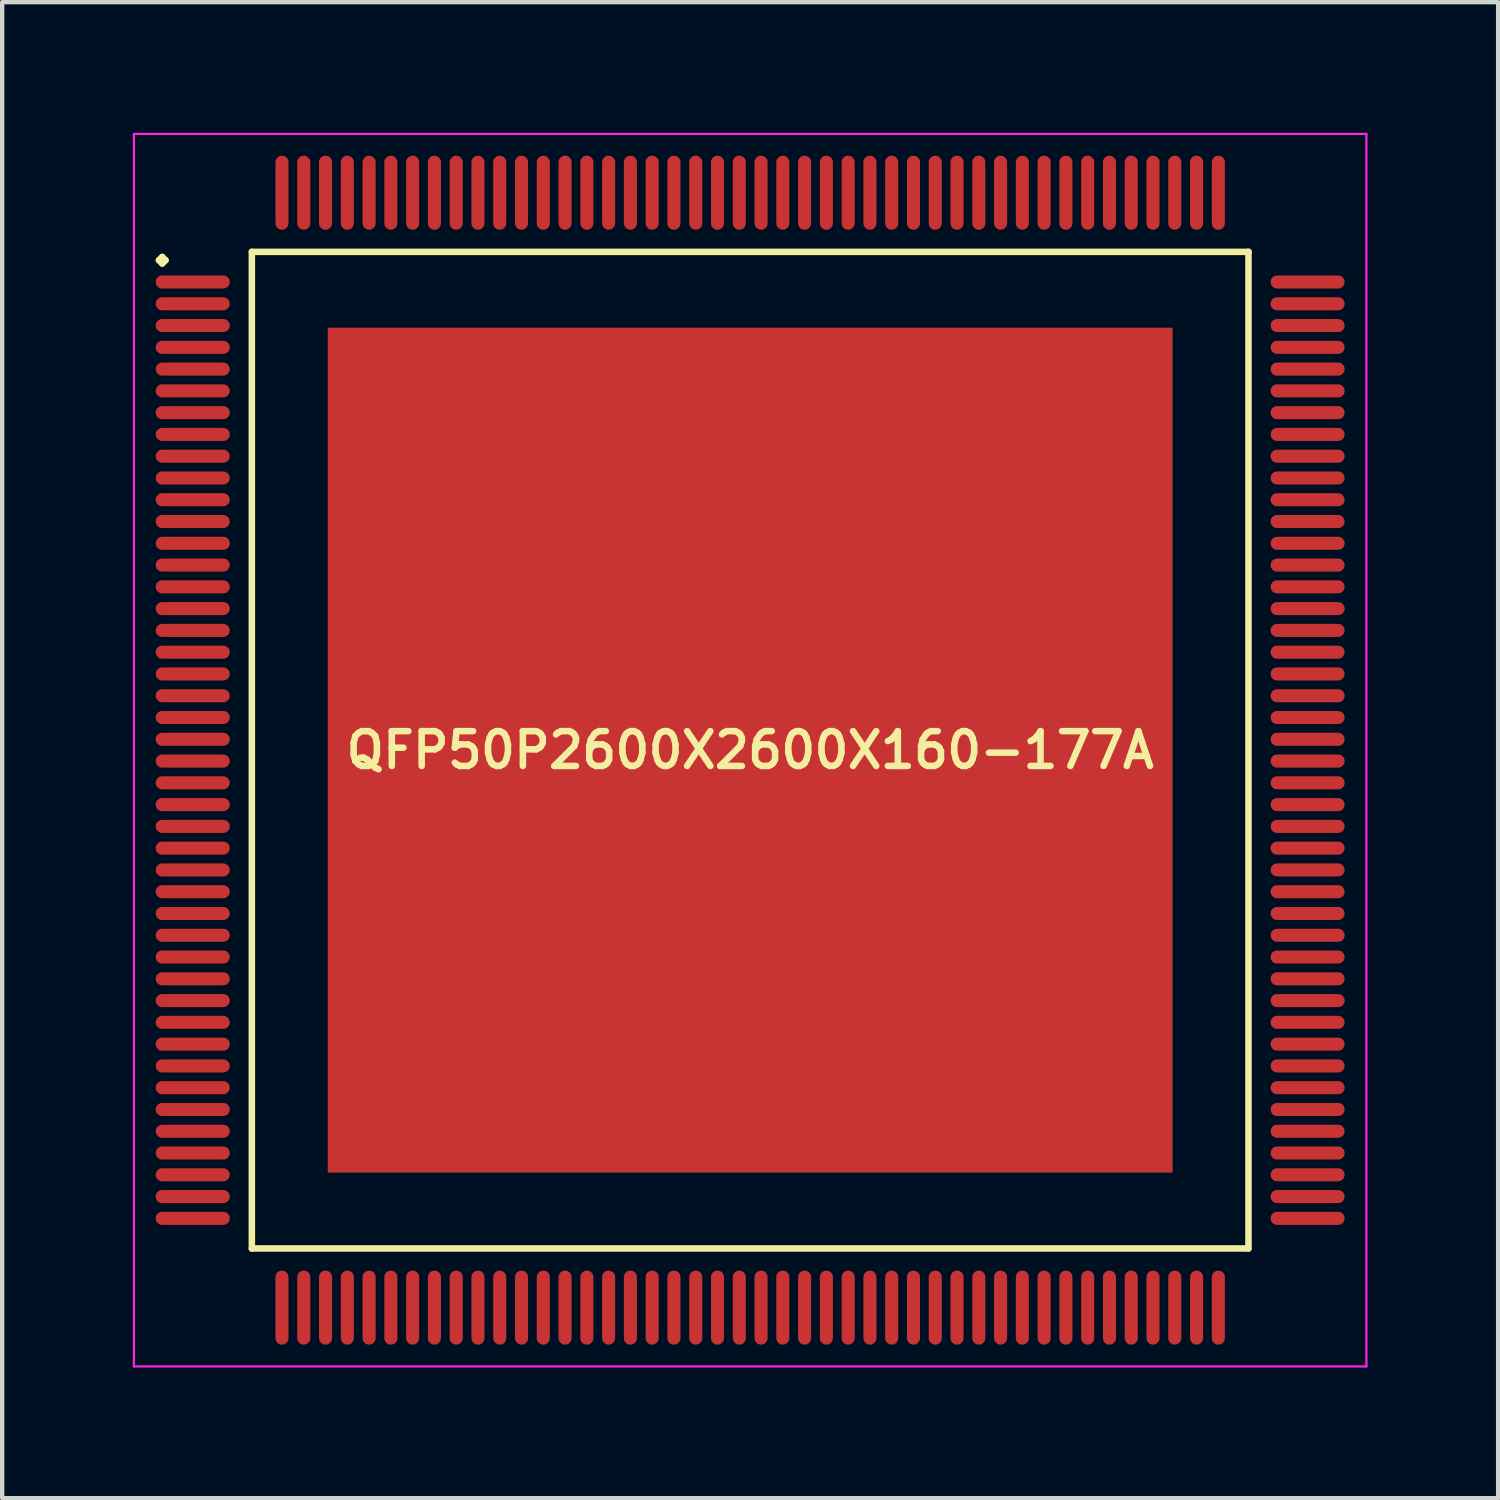
<source format=kicad_pcb>
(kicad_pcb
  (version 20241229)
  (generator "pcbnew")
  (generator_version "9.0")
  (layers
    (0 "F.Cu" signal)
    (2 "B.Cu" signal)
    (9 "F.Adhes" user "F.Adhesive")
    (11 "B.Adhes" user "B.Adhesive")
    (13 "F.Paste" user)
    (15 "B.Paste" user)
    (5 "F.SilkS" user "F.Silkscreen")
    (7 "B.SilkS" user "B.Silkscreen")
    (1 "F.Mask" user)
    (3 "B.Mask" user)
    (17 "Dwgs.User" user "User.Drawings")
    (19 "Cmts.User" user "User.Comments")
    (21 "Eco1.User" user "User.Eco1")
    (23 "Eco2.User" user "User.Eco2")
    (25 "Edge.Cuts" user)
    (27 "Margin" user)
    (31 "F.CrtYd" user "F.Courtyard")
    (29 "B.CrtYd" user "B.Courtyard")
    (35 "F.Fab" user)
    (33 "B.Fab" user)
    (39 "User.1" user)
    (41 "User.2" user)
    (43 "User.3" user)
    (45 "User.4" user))
  (footprint "QFP50P2600X2600X160-177A"
    (layer "F.Cu")
    (at 14.175 14.175)
    (property "Reference" "QFP50P2600X2600X160-177A" (at 0 0 0) (layer "F.SilkS") (effects (font (size 0.8 0.8) (thickness 0.15))))
    (attr smd)
    (fp_line (start -13.575 -11.25) (end -13.5 -11.325) (stroke (width 0.15) (type solid)) (layer "F.SilkS"))
    (fp_line (start -13.5 -11.325) (end -13.425 -11.25) (stroke (width 0.15) (type solid)) (layer "F.SilkS"))
    (fp_line (start -13.5 -11.175) (end -13.575 -11.25) (stroke (width 0.15) (type solid)) (layer "F.SilkS"))
    (fp_line (start -13.425 -11.25) (end -13.5 -11.175) (stroke (width 0.15) (type solid)) (layer "F.SilkS"))
    (fp_line (start -11.442 -11.442) (end -11.442 11.442) (stroke (width 0.15) (type solid)) (layer "F.SilkS"))
    (fp_line (start -11.442 11.442) (end 11.442 11.442) (stroke (width 0.15) (type solid)) (layer "F.SilkS"))
    (fp_line (start 11.442 -11.442) (end -11.442 -11.442) (stroke (width 0.15) (type solid)) (layer "F.SilkS"))
    (fp_line (start 11.442 11.442) (end 11.442 -11.442) (stroke (width 0.15) (type solid)) (layer "F.SilkS"))
    (fp_line (start -14.15 -14.15) (end 14.15 -14.15) (stroke (width 0.05) (type solid)) (layer "F.CrtYd"))
    (fp_line (start -14.15 14.15) (end -14.15 -14.15) (stroke (width 0.05) (type solid)) (layer "F.CrtYd"))
    (fp_line (start 14.15 -14.15) (end 14.15 14.15) (stroke (width 0.05) (type solid)) (layer "F.CrtYd"))
    (fp_line (start 14.15 14.15) (end -14.15 14.15) (stroke (width 0.05) (type solid)) (layer "F.CrtYd"))
    (pad "1" smd oval (at -12.8 -10.75) (size 1.7 0.3) (layers "F.Cu" "F.Mask" "F.Paste"))
    (pad "2" smd oval (at -12.8 -10.25) (size 1.7 0.3) (layers "F.Cu" "F.Mask" "F.Paste"))
    (pad "3" smd oval (at -12.8 -9.75) (size 1.7 0.3) (layers "F.Cu" "F.Mask" "F.Paste"))
    (pad "4" smd oval (at -12.8 -9.25) (size 1.7 0.3) (layers "F.Cu" "F.Mask" "F.Paste"))
    (pad "5" smd oval (at -12.8 -8.75) (size 1.7 0.3) (layers "F.Cu" "F.Mask" "F.Paste"))
    (pad "6" smd oval (at -12.8 -8.25) (size 1.7 0.3) (layers "F.Cu" "F.Mask" "F.Paste"))
    (pad "7" smd oval (at -12.8 -7.75) (size 1.7 0.3) (layers "F.Cu" "F.Mask" "F.Paste"))
    (pad "8" smd oval (at -12.8 -7.25) (size 1.7 0.3) (layers "F.Cu" "F.Mask" "F.Paste"))
    (pad "9" smd oval (at -12.8 -6.75) (size 1.7 0.3) (layers "F.Cu" "F.Mask" "F.Paste"))
    (pad "10" smd oval (at -12.8 -6.25) (size 1.7 0.3) (layers "F.Cu" "F.Mask" "F.Paste"))
    (pad "11" smd oval (at -12.8 -5.75) (size 1.7 0.3) (layers "F.Cu" "F.Mask" "F.Paste"))
    (pad "12" smd oval (at -12.8 -5.25) (size 1.7 0.3) (layers "F.Cu" "F.Mask" "F.Paste"))
    (pad "13" smd oval (at -12.8 -4.75) (size 1.7 0.3) (layers "F.Cu" "F.Mask" "F.Paste"))
    (pad "14" smd oval (at -12.8 -4.25) (size 1.7 0.3) (layers "F.Cu" "F.Mask" "F.Paste"))
    (pad "15" smd oval (at -12.8 -3.75) (size 1.7 0.3) (layers "F.Cu" "F.Mask" "F.Paste"))
    (pad "16" smd oval (at -12.8 -3.25) (size 1.7 0.3) (layers "F.Cu" "F.Mask" "F.Paste"))
    (pad "17" smd oval (at -12.8 -2.75) (size 1.7 0.3) (layers "F.Cu" "F.Mask" "F.Paste"))
    (pad "18" smd oval (at -12.8 -2.25) (size 1.7 0.3) (layers "F.Cu" "F.Mask" "F.Paste"))
    (pad "19" smd oval (at -12.8 -1.75) (size 1.7 0.3) (layers "F.Cu" "F.Mask" "F.Paste"))
    (pad "20" smd oval (at -12.8 -1.25) (size 1.7 0.3) (layers "F.Cu" "F.Mask" "F.Paste"))
    (pad "21" smd oval (at -12.8 -0.75) (size 1.7 0.3) (layers "F.Cu" "F.Mask" "F.Paste"))
    (pad "22" smd oval (at -12.8 -0.25) (size 1.7 0.3) (layers "F.Cu" "F.Mask" "F.Paste"))
    (pad "23" smd oval (at -12.8 0.25) (size 1.7 0.3) (layers "F.Cu" "F.Mask" "F.Paste"))
    (pad "24" smd oval (at -12.8 0.75) (size 1.7 0.3) (layers "F.Cu" "F.Mask" "F.Paste"))
    (pad "25" smd oval (at -12.8 1.25) (size 1.7 0.3) (layers "F.Cu" "F.Mask" "F.Paste"))
    (pad "26" smd oval (at -12.8 1.75) (size 1.7 0.3) (layers "F.Cu" "F.Mask" "F.Paste"))
    (pad "27" smd oval (at -12.8 2.25) (size 1.7 0.3) (layers "F.Cu" "F.Mask" "F.Paste"))
    (pad "28" smd oval (at -12.8 2.75) (size 1.7 0.3) (layers "F.Cu" "F.Mask" "F.Paste"))
    (pad "29" smd oval (at -12.8 3.25) (size 1.7 0.3) (layers "F.Cu" "F.Mask" "F.Paste"))
    (pad "30" smd oval (at -12.8 3.75) (size 1.7 0.3) (layers "F.Cu" "F.Mask" "F.Paste"))
    (pad "31" smd oval (at -12.8 4.25) (size 1.7 0.3) (layers "F.Cu" "F.Mask" "F.Paste"))
    (pad "32" smd oval (at -12.8 4.75) (size 1.7 0.3) (layers "F.Cu" "F.Mask" "F.Paste"))
    (pad "33" smd oval (at -12.8 5.25) (size 1.7 0.3) (layers "F.Cu" "F.Mask" "F.Paste"))
    (pad "34" smd oval (at -12.8 5.75) (size 1.7 0.3) (layers "F.Cu" "F.Mask" "F.Paste"))
    (pad "35" smd oval (at -12.8 6.25) (size 1.7 0.3) (layers "F.Cu" "F.Mask" "F.Paste"))
    (pad "36" smd oval (at -12.8 6.75) (size 1.7 0.3) (layers "F.Cu" "F.Mask" "F.Paste"))
    (pad "37" smd oval (at -12.8 7.25) (size 1.7 0.3) (layers "F.Cu" "F.Mask" "F.Paste"))
    (pad "38" smd oval (at -12.8 7.75) (size 1.7 0.3) (layers "F.Cu" "F.Mask" "F.Paste"))
    (pad "39" smd oval (at -12.8 8.25) (size 1.7 0.3) (layers "F.Cu" "F.Mask" "F.Paste"))
    (pad "40" smd oval (at -12.8 8.75) (size 1.7 0.3) (layers "F.Cu" "F.Mask" "F.Paste"))
    (pad "41" smd oval (at -12.8 9.25) (size 1.7 0.3) (layers "F.Cu" "F.Mask" "F.Paste"))
    (pad "42" smd oval (at -12.8 9.75) (size 1.7 0.3) (layers "F.Cu" "F.Mask" "F.Paste"))
    (pad "43" smd oval (at -12.8 10.25) (size 1.7 0.3) (layers "F.Cu" "F.Mask" "F.Paste"))
    (pad "44" smd oval (at -12.8 10.75) (size 1.7 0.3) (layers "F.Cu" "F.Mask" "F.Paste"))
    (pad "45" smd oval (at -10.75 12.8) (size 0.3 1.7) (layers "F.Cu" "F.Mask" "F.Paste"))
    (pad "46" smd oval (at -10.25 12.8) (size 0.3 1.7) (layers "F.Cu" "F.Mask" "F.Paste"))
    (pad "47" smd oval (at -9.75 12.8) (size 0.3 1.7) (layers "F.Cu" "F.Mask" "F.Paste"))
    (pad "48" smd oval (at -9.25 12.8) (size 0.3 1.7) (layers "F.Cu" "F.Mask" "F.Paste"))
    (pad "49" smd oval (at -8.75 12.8) (size 0.3 1.7) (layers "F.Cu" "F.Mask" "F.Paste"))
    (pad "50" smd oval (at -8.25 12.8) (size 0.3 1.7) (layers "F.Cu" "F.Mask" "F.Paste"))
    (pad "51" smd oval (at -7.75 12.8) (size 0.3 1.7) (layers "F.Cu" "F.Mask" "F.Paste"))
    (pad "52" smd oval (at -7.25 12.8) (size 0.3 1.7) (layers "F.Cu" "F.Mask" "F.Paste"))
    (pad "53" smd oval (at -6.75 12.8) (size 0.3 1.7) (layers "F.Cu" "F.Mask" "F.Paste"))
    (pad "54" smd oval (at -6.25 12.8) (size 0.3 1.7) (layers "F.Cu" "F.Mask" "F.Paste"))
    (pad "55" smd oval (at -5.75 12.8) (size 0.3 1.7) (layers "F.Cu" "F.Mask" "F.Paste"))
    (pad "56" smd oval (at -5.25 12.8) (size 0.3 1.7) (layers "F.Cu" "F.Mask" "F.Paste"))
    (pad "57" smd oval (at -4.75 12.8) (size 0.3 1.7) (layers "F.Cu" "F.Mask" "F.Paste"))
    (pad "58" smd oval (at -4.25 12.8) (size 0.3 1.7) (layers "F.Cu" "F.Mask" "F.Paste"))
    (pad "59" smd oval (at -3.75 12.8) (size 0.3 1.7) (layers "F.Cu" "F.Mask" "F.Paste"))
    (pad "60" smd oval (at -3.25 12.8) (size 0.3 1.7) (layers "F.Cu" "F.Mask" "F.Paste"))
    (pad "61" smd oval (at -2.75 12.8) (size 0.3 1.7) (layers "F.Cu" "F.Mask" "F.Paste"))
    (pad "62" smd oval (at -2.25 12.8) (size 0.3 1.7) (layers "F.Cu" "F.Mask" "F.Paste"))
    (pad "63" smd oval (at -1.75 12.8) (size 0.3 1.7) (layers "F.Cu" "F.Mask" "F.Paste"))
    (pad "64" smd oval (at -1.25 12.8) (size 0.3 1.7) (layers "F.Cu" "F.Mask" "F.Paste"))
    (pad "65" smd oval (at -0.75 12.8) (size 0.3 1.7) (layers "F.Cu" "F.Mask" "F.Paste"))
    (pad "66" smd oval (at -0.25 12.8) (size 0.3 1.7) (layers "F.Cu" "F.Mask" "F.Paste"))
    (pad "67" smd oval (at 0.25 12.8) (size 0.3 1.7) (layers "F.Cu" "F.Mask" "F.Paste"))
    (pad "68" smd oval (at 0.75 12.8) (size 0.3 1.7) (layers "F.Cu" "F.Mask" "F.Paste"))
    (pad "69" smd oval (at 1.25 12.8) (size 0.3 1.7) (layers "F.Cu" "F.Mask" "F.Paste"))
    (pad "70" smd oval (at 1.75 12.8) (size 0.3 1.7) (layers "F.Cu" "F.Mask" "F.Paste"))
    (pad "71" smd oval (at 2.25 12.8) (size 0.3 1.7) (layers "F.Cu" "F.Mask" "F.Paste"))
    (pad "72" smd oval (at 2.75 12.8) (size 0.3 1.7) (layers "F.Cu" "F.Mask" "F.Paste"))
    (pad "73" smd oval (at 3.25 12.8) (size 0.3 1.7) (layers "F.Cu" "F.Mask" "F.Paste"))
    (pad "74" smd oval (at 3.75 12.8) (size 0.3 1.7) (layers "F.Cu" "F.Mask" "F.Paste"))
    (pad "75" smd oval (at 4.25 12.8) (size 0.3 1.7) (layers "F.Cu" "F.Mask" "F.Paste"))
    (pad "76" smd oval (at 4.75 12.8) (size 0.3 1.7) (layers "F.Cu" "F.Mask" "F.Paste"))
    (pad "77" smd oval (at 5.25 12.8) (size 0.3 1.7) (layers "F.Cu" "F.Mask" "F.Paste"))
    (pad "78" smd oval (at 5.75 12.8) (size 0.3 1.7) (layers "F.Cu" "F.Mask" "F.Paste"))
    (pad "79" smd oval (at 6.25 12.8) (size 0.3 1.7) (layers "F.Cu" "F.Mask" "F.Paste"))
    (pad "80" smd oval (at 6.75 12.8) (size 0.3 1.7) (layers "F.Cu" "F.Mask" "F.Paste"))
    (pad "81" smd oval (at 7.25 12.8) (size 0.3 1.7) (layers "F.Cu" "F.Mask" "F.Paste"))
    (pad "82" smd oval (at 7.75 12.8) (size 0.3 1.7) (layers "F.Cu" "F.Mask" "F.Paste"))
    (pad "83" smd oval (at 8.25 12.8) (size 0.3 1.7) (layers "F.Cu" "F.Mask" "F.Paste"))
    (pad "84" smd oval (at 8.75 12.8) (size 0.3 1.7) (layers "F.Cu" "F.Mask" "F.Paste"))
    (pad "85" smd oval (at 9.25 12.8) (size 0.3 1.7) (layers "F.Cu" "F.Mask" "F.Paste"))
    (pad "86" smd oval (at 9.75 12.8) (size 0.3 1.7) (layers "F.Cu" "F.Mask" "F.Paste"))
    (pad "87" smd oval (at 10.25 12.8) (size 0.3 1.7) (layers "F.Cu" "F.Mask" "F.Paste"))
    (pad "88" smd oval (at 10.75 12.8) (size 0.3 1.7) (layers "F.Cu" "F.Mask" "F.Paste"))
    (pad "89" smd oval (at 12.8 10.75) (size 1.7 0.3) (layers "F.Cu" "F.Mask" "F.Paste"))
    (pad "90" smd oval (at 12.8 10.25) (size 1.7 0.3) (layers "F.Cu" "F.Mask" "F.Paste"))
    (pad "91" smd oval (at 12.8 9.75) (size 1.7 0.3) (layers "F.Cu" "F.Mask" "F.Paste"))
    (pad "92" smd oval (at 12.8 9.25) (size 1.7 0.3) (layers "F.Cu" "F.Mask" "F.Paste"))
    (pad "93" smd oval (at 12.8 8.75) (size 1.7 0.3) (layers "F.Cu" "F.Mask" "F.Paste"))
    (pad "94" smd oval (at 12.8 8.25) (size 1.7 0.3) (layers "F.Cu" "F.Mask" "F.Paste"))
    (pad "95" smd oval (at 12.8 7.75) (size 1.7 0.3) (layers "F.Cu" "F.Mask" "F.Paste"))
    (pad "96" smd oval (at 12.8 7.25) (size 1.7 0.3) (layers "F.Cu" "F.Mask" "F.Paste"))
    (pad "97" smd oval (at 12.8 6.75) (size 1.7 0.3) (layers "F.Cu" "F.Mask" "F.Paste"))
    (pad "98" smd oval (at 12.8 6.25) (size 1.7 0.3) (layers "F.Cu" "F.Mask" "F.Paste"))
    (pad "99" smd oval (at 12.8 5.75) (size 1.7 0.3) (layers "F.Cu" "F.Mask" "F.Paste"))
    (pad "100" smd oval (at 12.8 5.25) (size 1.7 0.3) (layers "F.Cu" "F.Mask" "F.Paste"))
    (pad "101" smd oval (at 12.8 4.75) (size 1.7 0.3) (layers "F.Cu" "F.Mask" "F.Paste"))
    (pad "102" smd oval (at 12.8 4.25) (size 1.7 0.3) (layers "F.Cu" "F.Mask" "F.Paste"))
    (pad "103" smd oval (at 12.8 3.75) (size 1.7 0.3) (layers "F.Cu" "F.Mask" "F.Paste"))
    (pad "104" smd oval (at 12.8 3.25) (size 1.7 0.3) (layers "F.Cu" "F.Mask" "F.Paste"))
    (pad "105" smd oval (at 12.8 2.75) (size 1.7 0.3) (layers "F.Cu" "F.Mask" "F.Paste"))
    (pad "106" smd oval (at 12.8 2.25) (size 1.7 0.3) (layers "F.Cu" "F.Mask" "F.Paste"))
    (pad "107" smd oval (at 12.8 1.75) (size 1.7 0.3) (layers "F.Cu" "F.Mask" "F.Paste"))
    (pad "108" smd oval (at 12.8 1.25) (size 1.7 0.3) (layers "F.Cu" "F.Mask" "F.Paste"))
    (pad "109" smd oval (at 12.8 0.75) (size 1.7 0.3) (layers "F.Cu" "F.Mask" "F.Paste"))
    (pad "110" smd oval (at 12.8 0.25) (size 1.7 0.3) (layers "F.Cu" "F.Mask" "F.Paste"))
    (pad "111" smd oval (at 12.8 -0.25) (size 1.7 0.3) (layers "F.Cu" "F.Mask" "F.Paste"))
    (pad "112" smd oval (at 12.8 -0.75) (size 1.7 0.3) (layers "F.Cu" "F.Mask" "F.Paste"))
    (pad "113" smd oval (at 12.8 -1.25) (size 1.7 0.3) (layers "F.Cu" "F.Mask" "F.Paste"))
    (pad "114" smd oval (at 12.8 -1.75) (size 1.7 0.3) (layers "F.Cu" "F.Mask" "F.Paste"))
    (pad "115" smd oval (at 12.8 -2.25) (size 1.7 0.3) (layers "F.Cu" "F.Mask" "F.Paste"))
    (pad "116" smd oval (at 12.8 -2.75) (size 1.7 0.3) (layers "F.Cu" "F.Mask" "F.Paste"))
    (pad "117" smd oval (at 12.8 -3.25) (size 1.7 0.3) (layers "F.Cu" "F.Mask" "F.Paste"))
    (pad "118" smd oval (at 12.8 -3.75) (size 1.7 0.3) (layers "F.Cu" "F.Mask" "F.Paste"))
    (pad "119" smd oval (at 12.8 -4.25) (size 1.7 0.3) (layers "F.Cu" "F.Mask" "F.Paste"))
    (pad "120" smd oval (at 12.8 -4.75) (size 1.7 0.3) (layers "F.Cu" "F.Mask" "F.Paste"))
    (pad "121" smd oval (at 12.8 -5.25) (size 1.7 0.3) (layers "F.Cu" "F.Mask" "F.Paste"))
    (pad "122" smd oval (at 12.8 -5.75) (size 1.7 0.3) (layers "F.Cu" "F.Mask" "F.Paste"))
    (pad "123" smd oval (at 12.8 -6.25) (size 1.7 0.3) (layers "F.Cu" "F.Mask" "F.Paste"))
    (pad "124" smd oval (at 12.8 -6.75) (size 1.7 0.3) (layers "F.Cu" "F.Mask" "F.Paste"))
    (pad "125" smd oval (at 12.8 -7.25) (size 1.7 0.3) (layers "F.Cu" "F.Mask" "F.Paste"))
    (pad "126" smd oval (at 12.8 -7.75) (size 1.7 0.3) (layers "F.Cu" "F.Mask" "F.Paste"))
    (pad "127" smd oval (at 12.8 -8.25) (size 1.7 0.3) (layers "F.Cu" "F.Mask" "F.Paste"))
    (pad "128" smd oval (at 12.8 -8.75) (size 1.7 0.3) (layers "F.Cu" "F.Mask" "F.Paste"))
    (pad "129" smd oval (at 12.8 -9.25) (size 1.7 0.3) (layers "F.Cu" "F.Mask" "F.Paste"))
    (pad "130" smd oval (at 12.8 -9.75) (size 1.7 0.3) (layers "F.Cu" "F.Mask" "F.Paste"))
    (pad "131" smd oval (at 12.8 -10.25) (size 1.7 0.3) (layers "F.Cu" "F.Mask" "F.Paste"))
    (pad "132" smd oval (at 12.8 -10.75) (size 1.7 0.3) (layers "F.Cu" "F.Mask" "F.Paste"))
    (pad "133" smd oval (at 10.75 -12.8) (size 0.3 1.7) (layers "F.Cu" "F.Mask" "F.Paste"))
    (pad "134" smd oval (at 10.25 -12.8) (size 0.3 1.7) (layers "F.Cu" "F.Mask" "F.Paste"))
    (pad "135" smd oval (at 9.75 -12.8) (size 0.3 1.7) (layers "F.Cu" "F.Mask" "F.Paste"))
    (pad "136" smd oval (at 9.25 -12.8) (size 0.3 1.7) (layers "F.Cu" "F.Mask" "F.Paste"))
    (pad "137" smd oval (at 8.75 -12.8) (size 0.3 1.7) (layers "F.Cu" "F.Mask" "F.Paste"))
    (pad "138" smd oval (at 8.25 -12.8) (size 0.3 1.7) (layers "F.Cu" "F.Mask" "F.Paste"))
    (pad "139" smd oval (at 7.75 -12.8) (size 0.3 1.7) (layers "F.Cu" "F.Mask" "F.Paste"))
    (pad "140" smd oval (at 7.25 -12.8) (size 0.3 1.7) (layers "F.Cu" "F.Mask" "F.Paste"))
    (pad "141" smd oval (at 6.75 -12.8) (size 0.3 1.7) (layers "F.Cu" "F.Mask" "F.Paste"))
    (pad "142" smd oval (at 6.25 -12.8) (size 0.3 1.7) (layers "F.Cu" "F.Mask" "F.Paste"))
    (pad "143" smd oval (at 5.75 -12.8) (size 0.3 1.7) (layers "F.Cu" "F.Mask" "F.Paste"))
    (pad "144" smd oval (at 5.25 -12.8) (size 0.3 1.7) (layers "F.Cu" "F.Mask" "F.Paste"))
    (pad "145" smd oval (at 4.75 -12.8) (size 0.3 1.7) (layers "F.Cu" "F.Mask" "F.Paste"))
    (pad "146" smd oval (at 4.25 -12.8) (size 0.3 1.7) (layers "F.Cu" "F.Mask" "F.Paste"))
    (pad "147" smd oval (at 3.75 -12.8) (size 0.3 1.7) (layers "F.Cu" "F.Mask" "F.Paste"))
    (pad "148" smd oval (at 3.25 -12.8) (size 0.3 1.7) (layers "F.Cu" "F.Mask" "F.Paste"))
    (pad "149" smd oval (at 2.75 -12.8) (size 0.3 1.7) (layers "F.Cu" "F.Mask" "F.Paste"))
    (pad "150" smd oval (at 2.25 -12.8) (size 0.3 1.7) (layers "F.Cu" "F.Mask" "F.Paste"))
    (pad "151" smd oval (at 1.75 -12.8) (size 0.3 1.7) (layers "F.Cu" "F.Mask" "F.Paste"))
    (pad "152" smd oval (at 1.25 -12.8) (size 0.3 1.7) (layers "F.Cu" "F.Mask" "F.Paste"))
    (pad "153" smd oval (at 0.75 -12.8) (size 0.3 1.7) (layers "F.Cu" "F.Mask" "F.Paste"))
    (pad "154" smd oval (at 0.25 -12.8) (size 0.3 1.7) (layers "F.Cu" "F.Mask" "F.Paste"))
    (pad "155" smd oval (at -0.25 -12.8) (size 0.3 1.7) (layers "F.Cu" "F.Mask" "F.Paste"))
    (pad "156" smd oval (at -0.75 -12.8) (size 0.3 1.7) (layers "F.Cu" "F.Mask" "F.Paste"))
    (pad "157" smd oval (at -1.25 -12.8) (size 0.3 1.7) (layers "F.Cu" "F.Mask" "F.Paste"))
    (pad "158" smd oval (at -1.75 -12.8) (size 0.3 1.7) (layers "F.Cu" "F.Mask" "F.Paste"))
    (pad "159" smd oval (at -2.25 -12.8) (size 0.3 1.7) (layers "F.Cu" "F.Mask" "F.Paste"))
    (pad "160" smd oval (at -2.75 -12.8) (size 0.3 1.7) (layers "F.Cu" "F.Mask" "F.Paste"))
    (pad "161" smd oval (at -3.25 -12.8) (size 0.3 1.7) (layers "F.Cu" "F.Mask" "F.Paste"))
    (pad "162" smd oval (at -3.75 -12.8) (size 0.3 1.7) (layers "F.Cu" "F.Mask" "F.Paste"))
    (pad "163" smd oval (at -4.25 -12.8) (size 0.3 1.7) (layers "F.Cu" "F.Mask" "F.Paste"))
    (pad "164" smd oval (at -4.75 -12.8) (size 0.3 1.7) (layers "F.Cu" "F.Mask" "F.Paste"))
    (pad "165" smd oval (at -5.25 -12.8) (size 0.3 1.7) (layers "F.Cu" "F.Mask" "F.Paste"))
    (pad "166" smd oval (at -5.75 -12.8) (size 0.3 1.7) (layers "F.Cu" "F.Mask" "F.Paste"))
    (pad "167" smd oval (at -6.25 -12.8) (size 0.3 1.7) (layers "F.Cu" "F.Mask" "F.Paste"))
    (pad "168" smd oval (at -6.75 -12.8) (size 0.3 1.7) (layers "F.Cu" "F.Mask" "F.Paste"))
    (pad "169" smd oval (at -7.25 -12.8) (size 0.3 1.7) (layers "F.Cu" "F.Mask" "F.Paste"))
    (pad "170" smd oval (at -7.75 -12.8) (size 0.3 1.7) (layers "F.Cu" "F.Mask" "F.Paste"))
    (pad "171" smd oval (at -8.25 -12.8) (size 0.3 1.7) (layers "F.Cu" "F.Mask" "F.Paste"))
    (pad "172" smd oval (at -8.75 -12.8) (size 0.3 1.7) (layers "F.Cu" "F.Mask" "F.Paste"))
    (pad "173" smd oval (at -9.25 -12.8) (size 0.3 1.7) (layers "F.Cu" "F.Mask" "F.Paste"))
    (pad "174" smd oval (at -9.75 -12.8) (size 0.3 1.7) (layers "F.Cu" "F.Mask" "F.Paste"))
    (pad "175" smd oval (at -10.25 -12.8) (size 0.3 1.7) (layers "F.Cu" "F.Mask" "F.Paste"))
    (pad "176" smd oval (at -10.75 -12.8) (size 0.3 1.7) (layers "F.Cu" "F.Mask" "F.Paste"))
    (pad "177" smd rect (at 0 0) (size 19.4 19.4) (layers "F.Cu" "F.Mask" "F.Paste")))
  (gr_rect
    (start -3 -3)
    (end 31.35 31.35)
    (stroke (width 0.1) (type default))
    (fill no)
    (layer "Edge.Cuts")))
</source>
